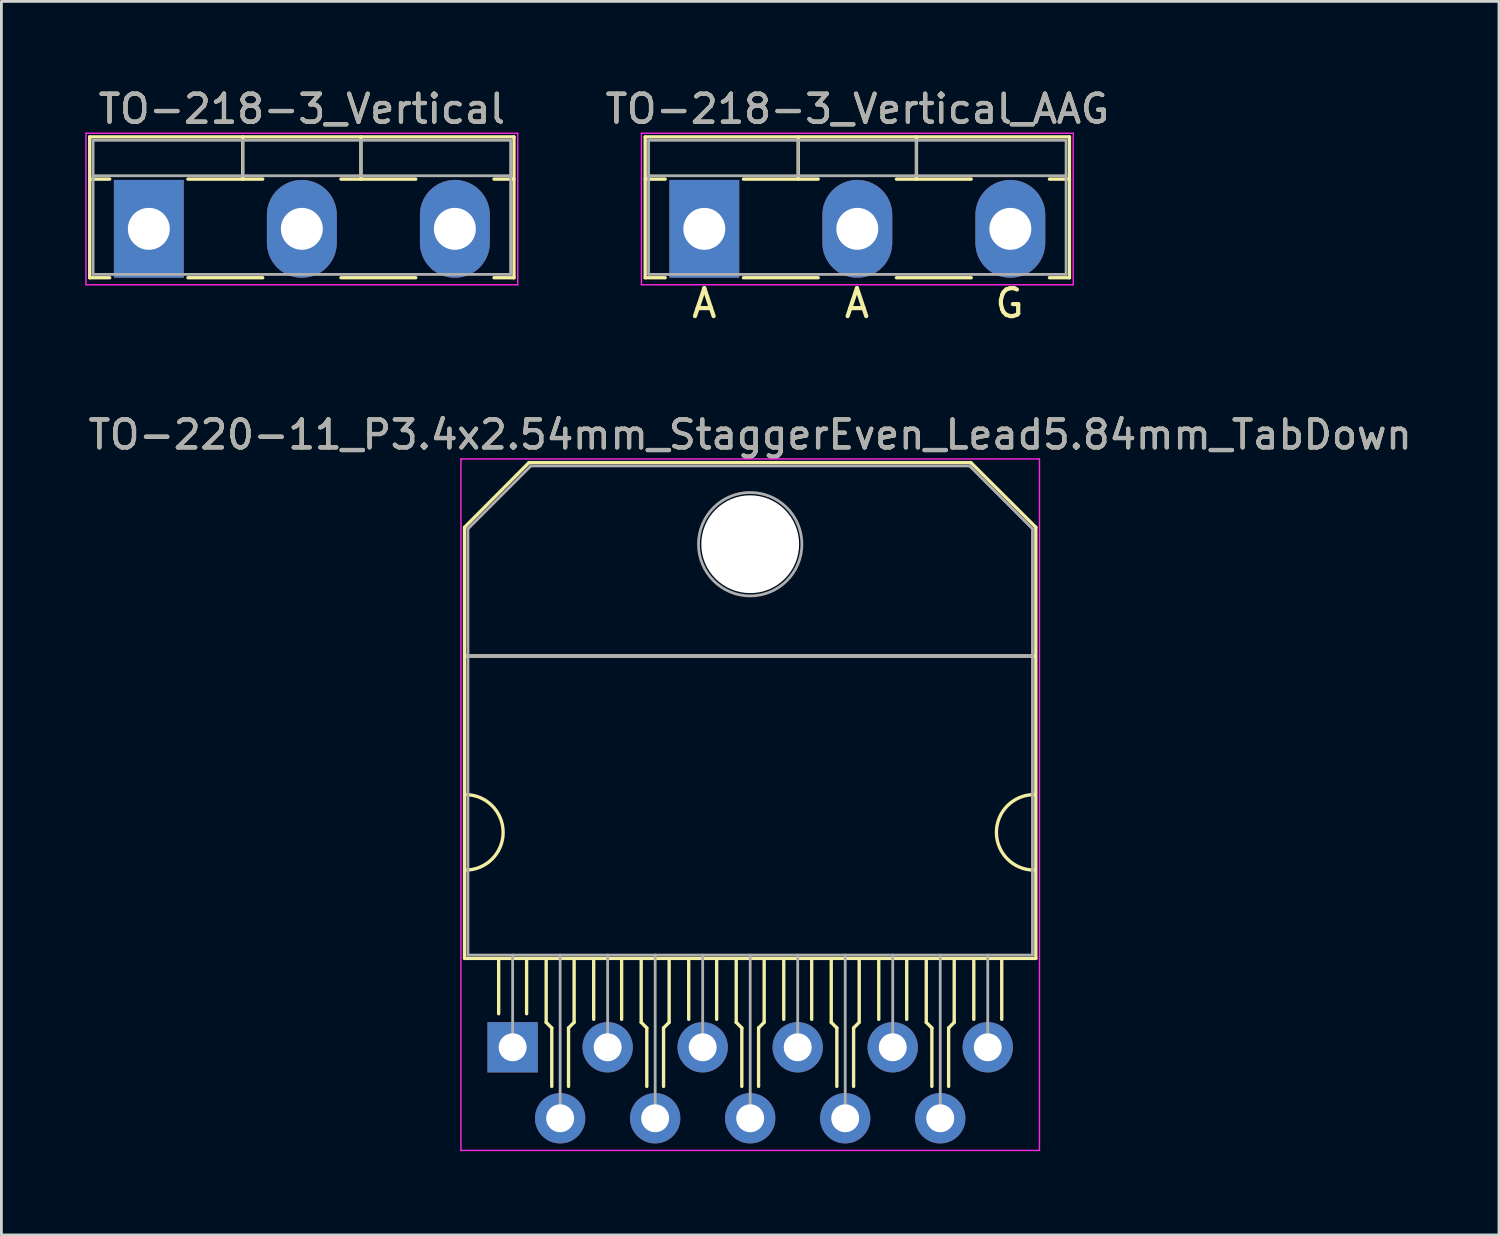
<source format=kicad_pcb>
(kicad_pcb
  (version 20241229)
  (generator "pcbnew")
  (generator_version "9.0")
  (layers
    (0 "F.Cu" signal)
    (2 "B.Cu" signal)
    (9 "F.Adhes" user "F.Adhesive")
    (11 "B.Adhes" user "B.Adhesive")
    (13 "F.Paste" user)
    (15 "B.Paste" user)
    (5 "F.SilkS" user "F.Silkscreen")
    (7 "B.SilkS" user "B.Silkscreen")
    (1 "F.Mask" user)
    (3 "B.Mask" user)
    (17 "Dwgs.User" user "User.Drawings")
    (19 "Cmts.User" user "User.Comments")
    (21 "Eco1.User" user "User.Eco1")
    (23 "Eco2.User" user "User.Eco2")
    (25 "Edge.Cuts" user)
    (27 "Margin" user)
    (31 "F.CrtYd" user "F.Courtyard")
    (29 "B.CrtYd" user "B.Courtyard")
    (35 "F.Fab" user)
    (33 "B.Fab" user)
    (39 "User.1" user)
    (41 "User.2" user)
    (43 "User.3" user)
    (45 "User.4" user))
  (footprint "TO-218-3_Vertical"
    (layer "F.Cu")
    (at 2.275 5.138)
    (property "Reference" "TO-218-3_Vertical" (at 5.475 -4.29 0) (layer "F.SilkS") (effects (font (size 1 1) (thickness 0.15))))
    (attr through_hole)
    (fp_line (start -2.115 -3.29) (end -2.115 1.75) (stroke (width 0.12) (type solid)) (layer "F.SilkS"))
    (fp_line (start -2.115 -3.29) (end 13.065 -3.29) (stroke (width 0.12) (type solid)) (layer "F.SilkS"))
    (fp_line (start -2.115 -1.78) (end -1.4 -1.78) (stroke (width 0.12) (type solid)) (layer "F.SilkS"))
    (fp_line (start -2.115 1.75) (end -1.4 1.75) (stroke (width 0.12) (type solid)) (layer "F.SilkS"))
    (fp_line (start 1.4 -1.78) (end 4.075 -1.78) (stroke (width 0.12) (type solid)) (layer "F.SilkS"))
    (fp_line (start 1.4 1.75) (end 4.075 1.75) (stroke (width 0.12) (type solid)) (layer "F.SilkS"))
    (fp_line (start 3.36 -3.29) (end 3.36 -1.78) (stroke (width 0.12) (type solid)) (layer "F.SilkS"))
    (fp_line (start 6.875 -1.78) (end 9.55 -1.78) (stroke (width 0.12) (type solid)) (layer "F.SilkS"))
    (fp_line (start 6.875 1.75) (end 9.55 1.75) (stroke (width 0.12) (type solid)) (layer "F.SilkS"))
    (fp_line (start 7.59 -3.29) (end 7.59 -1.78) (stroke (width 0.12) (type solid)) (layer "F.SilkS"))
    (fp_line (start 12.35 -1.78) (end 13.065 -1.78) (stroke (width 0.12) (type solid)) (layer "F.SilkS"))
    (fp_line (start 12.35 1.75) (end 13.065 1.75) (stroke (width 0.12) (type solid)) (layer "F.SilkS"))
    (fp_line (start 13.065 -3.29) (end 13.065 1.75) (stroke (width 0.12) (type solid)) (layer "F.SilkS"))
    (fp_line (start -2.25 -3.42) (end -2.25 2) (stroke (width 0.05) (type solid)) (layer "F.CrtYd"))
    (fp_line (start -2.25 2) (end 13.2 2) (stroke (width 0.05) (type solid)) (layer "F.CrtYd"))
    (fp_line (start 13.2 -3.42) (end -2.25 -3.42) (stroke (width 0.05) (type solid)) (layer "F.CrtYd"))
    (fp_line (start 13.2 2) (end 13.2 -3.42) (stroke (width 0.05) (type solid)) (layer "F.CrtYd"))
    (fp_line (start -1.995 -3.17) (end -1.995 1.63) (stroke (width 0.1) (type solid)) (layer "F.Fab"))
    (fp_line (start -1.995 -1.9) (end 12.945 -1.9) (stroke (width 0.1) (type solid)) (layer "F.Fab"))
    (fp_line (start -1.995 1.63) (end 12.945 1.63) (stroke (width 0.1) (type solid)) (layer "F.Fab"))
    (fp_line (start 3.36 -3.17) (end 3.36 -1.9) (stroke (width 0.1) (type solid)) (layer "F.Fab"))
    (fp_line (start 7.59 -3.17) (end 7.59 -1.9) (stroke (width 0.1) (type solid)) (layer "F.Fab"))
    (fp_line (start 12.945 -3.17) (end -1.995 -3.17) (stroke (width 0.1) (type solid)) (layer "F.Fab"))
    (fp_line (start 12.945 1.63) (end 12.945 -3.17) (stroke (width 0.1) (type solid)) (layer "F.Fab"))
    (fp_text user "${REFERENCE}" (at 5.475 -4.29 0) (layer "F.Fab") (effects (font (size 1 1) (thickness 0.15))))
    (pad "1" thru_hole rect (at 0 0) (size 2.5 3.5) (drill 1.5) (layers "*.Cu" "*.Mask"))
    (pad "2" thru_hole oval (at 5.475 0) (size 2.5 3.5) (drill 1.5) (layers "*.Cu" "*.Mask"))
    (pad "3" thru_hole oval (at 10.95 0) (size 2.5 3.5) (drill 1.5) (layers "*.Cu" "*.Mask")))
  (footprint "TO-218-3_Vertical_AAG"
    (layer "F.Cu")
    (at 22.15 5.138)
    (property "Reference" "TO-218-3_Vertical_AAG" (at 5.475 -4.29 0) (layer "F.SilkS") (effects (font (size 1 1) (thickness 0.15))))
    (fp_line (start -2.115 -3.29) (end -2.115 1.75) (stroke (width 0.12) (type solid)) (layer "F.SilkS"))
    (fp_line (start -2.115 -3.29) (end 13.065 -3.29) (stroke (width 0.12) (type solid)) (layer "F.SilkS"))
    (fp_line (start -2.115 -1.78) (end -1.4 -1.78) (stroke (width 0.12) (type solid)) (layer "F.SilkS"))
    (fp_line (start -2.115 1.75) (end -1.4 1.75) (stroke (width 0.12) (type solid)) (layer "F.SilkS"))
    (fp_line (start 1.4 -1.78) (end 4.075 -1.78) (stroke (width 0.12) (type solid)) (layer "F.SilkS"))
    (fp_line (start 1.4 1.75) (end 4.075 1.75) (stroke (width 0.12) (type solid)) (layer "F.SilkS"))
    (fp_line (start 3.36 -3.29) (end 3.36 -1.78) (stroke (width 0.12) (type solid)) (layer "F.SilkS"))
    (fp_line (start 6.875 -1.78) (end 9.55 -1.78) (stroke (width 0.12) (type solid)) (layer "F.SilkS"))
    (fp_line (start 6.875 1.75) (end 9.55 1.75) (stroke (width 0.12) (type solid)) (layer "F.SilkS"))
    (fp_line (start 7.59 -3.29) (end 7.59 -1.78) (stroke (width 0.12) (type solid)) (layer "F.SilkS"))
    (fp_line (start 12.35 -1.78) (end 13.065 -1.78) (stroke (width 0.12) (type solid)) (layer "F.SilkS"))
    (fp_line (start 12.35 1.75) (end 13.065 1.75) (stroke (width 0.12) (type solid)) (layer "F.SilkS"))
    (fp_line (start 13.065 -3.29) (end 13.065 1.75) (stroke (width 0.12) (type solid)) (layer "F.SilkS"))
    (fp_line (start -2.25 -3.42) (end -2.25 2) (stroke (width 0.05) (type solid)) (layer "F.CrtYd"))
    (fp_line (start -2.25 2) (end 13.2 2) (stroke (width 0.05) (type solid)) (layer "F.CrtYd"))
    (fp_line (start 13.2 -3.42) (end -2.25 -3.42) (stroke (width 0.05) (type solid)) (layer "F.CrtYd"))
    (fp_line (start 13.2 2) (end 13.2 -3.42) (stroke (width 0.05) (type solid)) (layer "F.CrtYd"))
    (fp_line (start -1.995 -3.17) (end -1.995 1.63) (stroke (width 0.1) (type solid)) (layer "F.Fab"))
    (fp_line (start -1.995 -1.9) (end 12.945 -1.9) (stroke (width 0.1) (type solid)) (layer "F.Fab"))
    (fp_line (start -1.995 1.63) (end 12.945 1.63) (stroke (width 0.1) (type solid)) (layer "F.Fab"))
    (fp_line (start 3.36 -3.17) (end 3.36 -1.9) (stroke (width 0.1) (type solid)) (layer "F.Fab"))
    (fp_line (start 7.59 -3.17) (end 7.59 -1.9) (stroke (width 0.1) (type solid)) (layer "F.Fab"))
    (fp_line (start 12.945 -3.17) (end -1.995 -3.17) (stroke (width 0.1) (type solid)) (layer "F.Fab"))
    (fp_line (start 12.945 1.63) (end 12.945 -3.17) (stroke (width 0.1) (type solid)) (layer "F.Fab"))
    (fp_text user "A" (at 5.461 2.667 0) (unlocked yes) (layer "F.SilkS") (effects (font (size 1 1) (thickness 0.15))))
    (fp_text user "A" (at 0 2.667 0) (unlocked yes) (layer "F.SilkS") (effects (font (size 1 1) (thickness 0.15))))
    (fp_text user "G" (at 10.922 2.667 0) (unlocked yes) (layer "F.SilkS") (effects (font (size 1 1) (thickness 0.15))))
    (fp_text user "${REFERENCE}" (at 5.475 -4.29 0) (layer "F.Fab") (effects (font (size 1 1) (thickness 0.15))))
    (pad "1" thru_hole rect (at 0 0) (size 2.5 3.5) (drill 1.5) (layers "*.Cu" "*.Mask"))
    (pad "2" thru_hole oval (at 5.475 0) (size 2.5 3.5) (drill 1.5) (layers "*.Cu" "*.Mask"))
    (pad "3" thru_hole oval (at 10.95 0) (size 2.5 3.5) (drill 1.5) (layers "*.Cu" "*.Mask")))
  (footprint "TO-220-11_P3.4x2.54mm_StaggerEven_Lead5.84mm_TabDown"
    (layer "F.Cu")
    (at 15.292 34.422)
    (property "Reference" "TO-220-11_P3.4x2.54mm_StaggerEven_Lead5.84mm_TabDown" (at 8.5 -21.92 0) (layer "F.SilkS") (effects (font (size 1 1) (thickness 0.15))))
    (attr through_hole)
    (fp_line (start -1.72 -18.605) (end -1.72 -3.18) (stroke (width 0.12) (type solid)) (layer "F.SilkS"))
    (fp_line (start -1.72 -18.605) (end 0.585 -20.92) (stroke (width 0.12) (type solid)) (layer "F.SilkS"))
    (fp_line (start -1.72 -3.18) (end 18.72 -3.18) (stroke (width 0.12) (type solid)) (layer "F.SilkS"))
    (fp_line (start -1.69 -14) (end 18.66 -14) (stroke (width 0.12) (type solid)) (layer "F.SilkS"))
    (fp_line (start -0.5 -3.142) (end -0.5 -1.2) (stroke (width 0.12) (type solid)) (layer "F.SilkS"))
    (fp_line (start 0.5 -3.142) (end 0.5 -1.2) (stroke (width 0.12) (type solid)) (layer "F.SilkS"))
    (fp_line (start 0.585 -20.92) (end 16.396 -20.92) (stroke (width 0.12) (type solid)) (layer "F.SilkS"))
    (fp_line (start 1.2 -3.142) (end 1.2 -0.892) (stroke (width 0.12) (type solid)) (layer "F.SilkS"))
    (fp_line (start 1.2 -0.892) (end 1.4 -0.692) (stroke (width 0.12) (type solid)) (layer "F.SilkS"))
    (fp_line (start 1.4 1.4) (end 1.4 -0.692) (stroke (width 0.12) (type solid)) (layer "F.SilkS"))
    (fp_line (start 2 1.4) (end 2 -0.692) (stroke (width 0.12) (type solid)) (layer "F.SilkS"))
    (fp_line (start 2.2 -3.142) (end 2.2 -0.892) (stroke (width 0.12) (type solid)) (layer "F.SilkS"))
    (fp_line (start 2.2 -0.892) (end 2 -0.692) (stroke (width 0.12) (type solid)) (layer "F.SilkS"))
    (fp_line (start 2.9 -3.142) (end 2.9 -1) (stroke (width 0.12) (type solid)) (layer "F.SilkS"))
    (fp_line (start 3.9 -3.142) (end 3.9 -1) (stroke (width 0.12) (type solid)) (layer "F.SilkS"))
    (fp_line (start 4.6 -3.142) (end 4.6 -0.892) (stroke (width 0.12) (type solid)) (layer "F.SilkS"))
    (fp_line (start 4.6 -0.892) (end 4.8 -0.692) (stroke (width 0.12) (type solid)) (layer "F.SilkS"))
    (fp_line (start 4.8 1.4) (end 4.8 -0.692) (stroke (width 0.12) (type solid)) (layer "F.SilkS"))
    (fp_line (start 5.4 1.4) (end 5.4 -0.692) (stroke (width 0.12) (type solid)) (layer "F.SilkS"))
    (fp_line (start 5.6 -3.142) (end 5.6 -0.892) (stroke (width 0.12) (type solid)) (layer "F.SilkS"))
    (fp_line (start 5.6 -0.892) (end 5.4 -0.692) (stroke (width 0.12) (type solid)) (layer "F.SilkS"))
    (fp_line (start 6.3 -3.142) (end 6.3 -1) (stroke (width 0.12) (type solid)) (layer "F.SilkS"))
    (fp_line (start 7.3 -3.142) (end 7.3 -1) (stroke (width 0.12) (type solid)) (layer "F.SilkS"))
    (fp_line (start 8 -3.142) (end 8 -0.892) (stroke (width 0.12) (type solid)) (layer "F.SilkS"))
    (fp_line (start 8 -0.892) (end 8.2 -0.692) (stroke (width 0.12) (type solid)) (layer "F.SilkS"))
    (fp_line (start 8.2 1.4) (end 8.2 -0.692) (stroke (width 0.12) (type solid)) (layer "F.SilkS"))
    (fp_line (start 8.8 1.4) (end 8.8 -0.692) (stroke (width 0.12) (type solid)) (layer "F.SilkS"))
    (fp_line (start 9 -3.142) (end 9 -0.892) (stroke (width 0.12) (type solid)) (layer "F.SilkS"))
    (fp_line (start 9 -0.892) (end 8.8 -0.692) (stroke (width 0.12) (type solid)) (layer "F.SilkS"))
    (fp_line (start 9.7 -3.142) (end 9.7 -1) (stroke (width 0.12) (type solid)) (layer "F.SilkS"))
    (fp_line (start 10.7 -3.142) (end 10.7 -1) (stroke (width 0.12) (type solid)) (layer "F.SilkS"))
    (fp_line (start 11.4 -3.142) (end 11.4 -0.892) (stroke (width 0.12) (type solid)) (layer "F.SilkS"))
    (fp_line (start 11.4 -0.892) (end 11.6 -0.692) (stroke (width 0.12) (type solid)) (layer "F.SilkS"))
    (fp_line (start 11.6 1.4) (end 11.6 -0.692) (stroke (width 0.12) (type solid)) (layer "F.SilkS"))
    (fp_line (start 12.2 1.4) (end 12.2 -0.692) (stroke (width 0.12) (type solid)) (layer "F.SilkS"))
    (fp_line (start 12.4 -3.142) (end 12.4 -0.892) (stroke (width 0.12) (type solid)) (layer "F.SilkS"))
    (fp_line (start 12.4 -0.892) (end 12.2 -0.692) (stroke (width 0.12) (type solid)) (layer "F.SilkS"))
    (fp_line (start 13.1 -3.142) (end 13.1 -1) (stroke (width 0.12) (type solid)) (layer "F.SilkS"))
    (fp_line (start 14.1 -3.142) (end 14.1 -1) (stroke (width 0.12) (type solid)) (layer "F.SilkS"))
    (fp_line (start 14.8 -3.142) (end 14.8 -0.892) (stroke (width 0.12) (type solid)) (layer "F.SilkS"))
    (fp_line (start 14.8 -0.892) (end 15 -0.692) (stroke (width 0.12) (type solid)) (layer "F.SilkS"))
    (fp_line (start 15 1.4) (end 15 -0.692) (stroke (width 0.12) (type solid)) (layer "F.SilkS"))
    (fp_line (start 15.6 1.4) (end 15.6 -0.692) (stroke (width 0.12) (type solid)) (layer "F.SilkS"))
    (fp_line (start 15.8 -3.142) (end 15.8 -0.892) (stroke (width 0.12) (type solid)) (layer "F.SilkS"))
    (fp_line (start 15.8 -0.892) (end 15.6 -0.692) (stroke (width 0.12) (type solid)) (layer "F.SilkS"))
    (fp_line (start 16.5 -3.142) (end 16.5 -1) (stroke (width 0.12) (type solid)) (layer "F.SilkS"))
    (fp_line (start 17.5 -3.142) (end 17.5 -1) (stroke (width 0.12) (type solid)) (layer "F.SilkS"))
    (fp_line (start 18.72 -18.605) (end 16.396 -20.92) (stroke (width 0.12) (type solid)) (layer "F.SilkS"))
    (fp_line (start 18.72 -18.605) (end 18.72 -3.18) (stroke (width 0.12) (type solid)) (layer "F.SilkS"))
    (fp_arc (start -1.69 -9.04) (mid -0.34 -7.69) (end -1.69 -6.34) (stroke (width 0.12) (type solid)) (layer "F.SilkS"))
    (fp_arc (start 18.66 -6.34) (mid 17.31 -7.69) (end 18.66 -9.04) (stroke (width 0.12) (type solid)) (layer "F.SilkS"))
    (fp_line (start -1.85 -21.05) (end -1.85 3.69) (stroke (width 0.05) (type solid)) (layer "F.CrtYd"))
    (fp_line (start -1.85 3.69) (end 18.85 3.69) (stroke (width 0.05) (type solid)) (layer "F.CrtYd"))
    (fp_line (start 18.85 -21.05) (end -1.85 -21.05) (stroke (width 0.05) (type solid)) (layer "F.CrtYd"))
    (fp_line (start 18.85 3.69) (end 18.85 -21.05) (stroke (width 0.05) (type solid)) (layer "F.CrtYd"))
    (fp_line (start -1.6 -18.55) (end 0.651 -20.8) (stroke (width 0.1) (type solid)) (layer "F.Fab"))
    (fp_line (start -1.6 -14) (end -1.6 -18.55) (stroke (width 0.1) (type solid)) (layer "F.Fab"))
    (fp_line (start -1.6 -14) (end 18.6 -14) (stroke (width 0.1) (type solid)) (layer "F.Fab"))
    (fp_line (start -1.6 -3.3) (end -1.6 -14) (stroke (width 0.1) (type solid)) (layer "F.Fab"))
    (fp_line (start 0 -3.3) (end 0 0) (stroke (width 0.1) (type solid)) (layer "F.Fab"))
    (fp_line (start 0.651 -20.8) (end 16.351 -20.8) (stroke (width 0.1) (type solid)) (layer "F.Fab"))
    (fp_line (start 1.7 -3.3) (end 1.7 2.54) (stroke (width 0.1) (type solid)) (layer "F.Fab"))
    (fp_line (start 3.4 -3.3) (end 3.4 0) (stroke (width 0.1) (type solid)) (layer "F.Fab"))
    (fp_line (start 5.1 -3.3) (end 5.1 2.54) (stroke (width 0.1) (type solid)) (layer "F.Fab"))
    (fp_line (start 6.8 -3.3) (end 6.8 0) (stroke (width 0.1) (type solid)) (layer "F.Fab"))
    (fp_line (start 8.5 -3.3) (end 8.5 2.54) (stroke (width 0.1) (type solid)) (layer "F.Fab"))
    (fp_line (start 10.2 -3.3) (end 10.2 0) (stroke (width 0.1) (type solid)) (layer "F.Fab"))
    (fp_line (start 11.9 -3.3) (end 11.9 2.54) (stroke (width 0.1) (type solid)) (layer "F.Fab"))
    (fp_line (start 13.6 -3.3) (end 13.6 0) (stroke (width 0.1) (type solid)) (layer "F.Fab"))
    (fp_line (start 15.3 -3.3) (end 15.3 2.54) (stroke (width 0.1) (type solid)) (layer "F.Fab"))
    (fp_line (start 16.351 -20.8) (end 18.6 -18.55) (stroke (width 0.1) (type solid)) (layer "F.Fab"))
    (fp_line (start 17 -3.3) (end 17 0) (stroke (width 0.1) (type solid)) (layer "F.Fab"))
    (fp_line (start 18.6 -18.55) (end 18.6 -14) (stroke (width 0.1) (type solid)) (layer "F.Fab"))
    (fp_line (start 18.6 -14) (end -1.6 -14) (stroke (width 0.1) (type solid)) (layer "F.Fab"))
    (fp_line (start 18.6 -14) (end 18.6 -3.3) (stroke (width 0.1) (type solid)) (layer "F.Fab"))
    (fp_line (start 18.6 -3.3) (end -1.6 -3.3) (stroke (width 0.1) (type solid)) (layer "F.Fab"))
    (fp_circle (center 8.5 -18) (end 10.35 -18) (stroke (width 0.1) (type solid)) (fill no) (layer "F.Fab"))
    (fp_text user "${REFERENCE}" (at 8.5 -21.92 0) (layer "F.Fab") (effects (font (size 1 1) (thickness 0.15))))
    (pad "" np_thru_hole oval (at 8.5 -18) (size 3.5 3.5) (drill 3.5) (layers "*.Cu" "*.Mask"))
    (pad "1" thru_hole rect (at 0 0) (size 1.8 1.8) (drill 1) (layers "*.Cu" "*.Mask"))
    (pad "2" thru_hole oval (at 1.7 2.54) (size 1.8 1.8) (drill 1) (layers "*.Cu" "*.Mask"))
    (pad "3" thru_hole oval (at 3.4 0) (size 1.8 1.8) (drill 1) (layers "*.Cu" "*.Mask"))
    (pad "4" thru_hole oval (at 5.1 2.54) (size 1.8 1.8) (drill 1) (layers "*.Cu" "*.Mask"))
    (pad "5" thru_hole oval (at 6.8 0) (size 1.8 1.8) (drill 1) (layers "*.Cu" "*.Mask"))
    (pad "6" thru_hole oval (at 8.5 2.54) (size 1.8 1.8) (drill 1) (layers "*.Cu" "*.Mask"))
    (pad "7" thru_hole oval (at 10.2 0) (size 1.8 1.8) (drill 1) (layers "*.Cu" "*.Mask"))
    (pad "8" thru_hole oval (at 11.9 2.54) (size 1.8 1.8) (drill 1) (layers "*.Cu" "*.Mask"))
    (pad "9" thru_hole oval (at 13.6 0) (size 1.8 1.8) (drill 1) (layers "*.Cu" "*.Mask"))
    (pad "10" thru_hole oval (at 15.3 2.54) (size 1.8 1.8) (drill 1) (layers "*.Cu" "*.Mask"))
    (pad "11" thru_hole oval (at 17 0) (size 1.8 1.8) (drill 1) (layers "*.Cu" "*.Mask")))
  (gr_rect
    (start -3 -3)
    (end 50.583 41.137)
    (stroke (width 0.1) (type default))
    (fill no)
    (layer "Edge.Cuts")))
</source>
